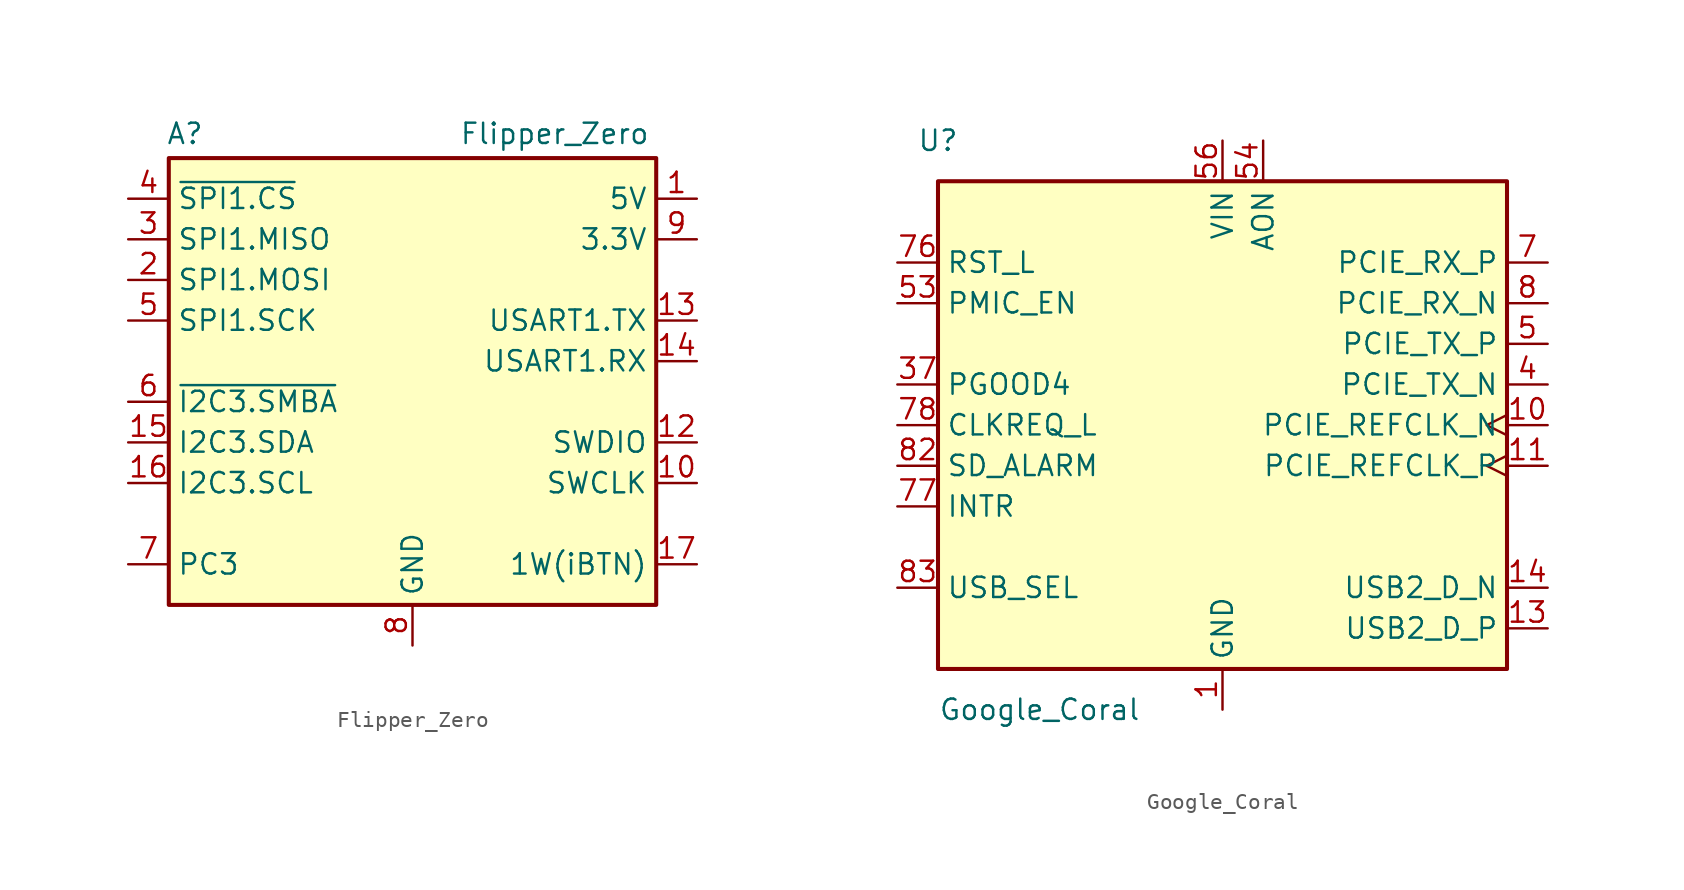
<source format=kicad_sym>
(kicad_symbol_lib
  (version 20241209)
  (generator "kicad_symbol_editor")
  (generator_version "9.0")
  (symbol "Flipper_Zero"
    (property "Reference" "A"
      (at -14.224 16.764 0)
      (effects (font (size 1.27 1.27))))
    (property "Value" "Flipper_Zero"
      (at 8.89 16.764 0)
      (effects (font (size 1.27 1.27))))
    (symbol "Flipper_Zero_0_0"
      (pin power_out line (at 17.78 12.7 180) (length 2.54) (name "5V" (effects (font (size 1.27 1.27)))) (number "1" (effects (font (size 1.27 1.27)))))
      (pin power_out line (at 17.78 10.16 180) (length 2.54) (name "3.3V" (effects (font (size 1.27 1.27)))) (number "9" (effects (font (size 1.27 1.27))))))
    (symbol "Flipper_Zero_1_0"
      (pin bidirectional line (at -17.78 12.7 0) (length 2.54) (name "~{SPI1.CS}" (effects (font (size 1.27 1.27)))) (number "4" (effects (font (size 1.27 1.27)))) (alternate "ADC1.9" input line) (alternate "COMP1.IN-" input line) (alternate "COMP2.IN-" input line) (alternate "EXTI.4" input line) (alternate "LPTIM2.OUT" output line) (alternate "PA4" bidirectional line))
      (pin bidirectional line (at -17.78 10.16 0) (length 2.54) (name "SPI1.MISO" (effects (font (size 1.27 1.27)))) (number "3" (effects (font (size 1.27 1.27)))) (alternate "ADC1.11" input line) (alternate "EXTI.6" input line) (alternate "LPUART1.CTS" input line) (alternate "PA6" bidirectional line) (alternate "TIM1.BKIN" input line) (alternate "TIM16.1" bidirectional line))
      (pin bidirectional line (at -17.78 7.62 0) (length 2.54) (name "SPI1.MOSI" (effects (font (size 1.27 1.27)))) (number "2" (effects (font (size 1.27 1.27)))) (alternate "ADC1.12" input line) (alternate "COMP2.OUT" output line) (alternate "EXTI.7" input line) (alternate "I2C3.SCL" bidirectional line) (alternate "PA7" bidirectional line) (alternate "TIM1.1N" output line) (alternate "TIM17.1" bidirectional line))
      (pin bidirectional line (at -17.78 5.08 0) (length 2.54) (name "SPI1.SCK" (effects (font (size 1.27 1.27)))) (number "5" (effects (font (size 1.27 1.27)))) (alternate "COMP2.IN-" input line) (alternate "EXTI.3" input line) (alternate "PB3" bidirectional line) (alternate "SWO" output line) (alternate "TIM2.2" bidirectional line) (alternate "USART1.DE/RTS" output line))
      (pin open_collector line (at -17.78 0 0) (length 2.54) (name "~{I2C3.SMBA}" (effects (font (size 1.27 1.27)))) (number "6" (effects (font (size 1.27 1.27)))) (alternate "COMP1.IN+" input line) (alternate "EXTI.2" input line) (alternate "LPTIM1.OUT" output line) (alternate "PB2" bidirectional line) (alternate "~{SPI1.CS}" bidirectional line))
      (pin bidirectional line (at -17.78 -2.54 0) (length 2.54) (name "I2C3.SDA" (effects (font (size 1.27 1.27)))) (number "15" (effects (font (size 1.27 1.27)))) (alternate "ADC1.2" input line) (alternate "EXTI.1" input line) (alternate "LPTIM1.OUT" output line) (alternate "LPUART1.TX" output line) (alternate "PC1" bidirectional line))
      (pin bidirectional line (at -17.78 -5.08 0) (length 2.54) (name "I2C3.SCL" (effects (font (size 1.27 1.27)))) (number "16" (effects (font (size 1.27 1.27)))) (alternate "ADC1.1" bidirectional line) (alternate "EXTI.0" input line) (alternate "LPTIM1.IN1" input line) (alternate "LPTIM2.IN1" input line) (alternate "LPUART1.RX" input line) (alternate "PC0" bidirectional line))
      (pin bidirectional line (at -17.78 -10.16 0) (length 2.54) (name "PC3" (effects (font (size 1.27 1.27)))) (number "7" (effects (font (size 1.27 1.27)))) (alternate "ADC1.4" input line) (alternate "EXTI.3" input line) (alternate "LPTIM1.ETR" input line) (alternate "LPTIM2.ETR" input line))
      (pin passive line (at 0 -15.24 90) (length 2.54) (hide yes) (name "GND" (effects (font (size 1.27 1.27)))) (number "11" (effects (font (size 1.27 1.27)))))
      (pin passive line (at 0 -15.24 90) (length 2.54) (hide yes) (name "GND" (effects (font (size 1.27 1.27)))) (number "18" (effects (font (size 1.27 1.27)))))
      (pin power_in line (at 0 -15.24 90) (length 2.54) (name "GND" (effects (font (size 1.27 1.27)))) (number "8" (effects (font (size 1.27 1.27)))))
      (pin output line (at 17.78 5.08 180) (length 2.54) (name "USART1.TX" (effects (font (size 1.27 1.27)))) (number "13" (effects (font (size 1.27 1.27)))) (alternate "COMP2.IN+" input line) (alternate "EXTI.6" input line) (alternate "LPTIM1.ETR" input line) (alternate "MCO" output line) (alternate "PB6" bidirectional line))
      (pin input line (at 17.78 2.54 180) (length 2.54) (name "USART1.RX" (effects (font (size 1.27 1.27)))) (number "14" (effects (font (size 1.27 1.27)))) (alternate "COMP2.IN-" input line) (alternate "EXTI.7" input line) (alternate "LPTIM1.IN2" input line) (alternate "PB7" bidirectional line) (alternate "TIM1.BKIN" input line))
      (pin bidirectional line (at 17.78 -2.54 180) (length 2.54) (name "SWDIO" (effects (font (size 1.27 1.27)))) (number "12" (effects (font (size 1.27 1.27)))) (alternate "EXTI.13" input line) (alternate "PA13" bidirectional line))
      (pin output line (at 17.78 -5.08 180) (length 2.54) (name "SWCLK" (effects (font (size 1.27 1.27)))) (number "10" (effects (font (size 1.27 1.27)))) (alternate "EXTI.14" input line) (alternate "LPTIM1.OUT" output line) (alternate "PA14" bidirectional line))
      (pin bidirectional line (at 17.78 -10.16 180) (length 2.54) (name "1W(iBTN)" (effects (font (size 1.27 1.27)))) (number "17" (effects (font (size 1.27 1.27)))) (alternate "EXTI.14" input line) (alternate "I2C3.SDA" bidirectional line) (alternate "PB14" bidirectional line) (alternate "TIM1.2N" output line)))
    (symbol "Flipper_Zero_1_1"
      (rectangle (start -15.24 15.24) (end 15.24 -12.7) (stroke (width 0.254) (type default)) (fill (type background)))))
  (symbol "Google_Coral"
    (property "Reference" "U"
      (at -17.78 17.78 0)
      (effects (font (size 1.27 1.27))))
    (property "Value" "Google_Coral"
      (at -11.43 -17.78 0)
      (effects (font (size 1.27 1.27))))
    (symbol "Google_Coral_0_0"
      (rectangle (start -17.78 15.24) (end 17.78 -15.24) (stroke (width 0.254) (type default)) (fill (type background)))
      (pin input line (at -20.32 10.16 0) (length 2.54) (name "RST_L" (effects (font (size 1.27 1.27)))) (number "76" (effects (font (size 1.27 1.27)))))
      (pin input line (at -20.32 7.62 0) (length 2.54) (name "PMIC_EN" (effects (font (size 1.27 1.27)))) (number "53" (effects (font (size 1.27 1.27)))))
      (pin output line (at -20.32 2.54 0) (length 2.54) (name "PGOOD4" (effects (font (size 1.27 1.27)))) (number "37" (effects (font (size 1.27 1.27)))))
      (pin bidirectional line (at -20.32 0 0) (length 2.54) (name "CLKREQ_L" (effects (font (size 1.27 1.27)))) (number "78" (effects (font (size 1.27 1.27)))))
      (pin output line (at -20.32 -2.54 0) (length 2.54) (name "SD_ALARM" (effects (font (size 1.27 1.27)))) (number "82" (effects (font (size 1.27 1.27)))))
      (pin output line (at -20.32 -5.08 0) (length 2.54) (name "INTR" (effects (font (size 1.27 1.27)))) (number "77" (effects (font (size 1.27 1.27)))))
      (pin input line (at -20.32 -10.16 0) (length 2.54) (name "USB_SEL" (effects (font (size 1.27 1.27)))) (number "83" (effects (font (size 1.27 1.27)))))
      (pin power_in line (at 0 17.78 270) (length 2.54) (name "VIN" (effects (font (size 1.27 1.27)))) (number "56" (effects (font (size 1.27 1.27)))))
      (pin power_in line (at 0 -17.78 90) (length 2.54) (name "GND" (effects (font (size 1.27 1.27)))) (number "1" (effects (font (size 1.27 1.27)))))
      (pin power_in line (at 2.54 17.78 270) (length 2.54) (name "AON" (effects (font (size 1.27 1.27)))) (number "54" (effects (font (size 1.27 1.27)))))
      (pin input clock (at 20.32 0 180) (length 2.54) (name "PCIE_REFCLK_N" (effects (font (size 1.27 1.27)))) (number "10" (effects (font (size 1.27 1.27)))))
      (pin input clock (at 20.32 -2.54 180) (length 2.54) (name "PCIE_REFCLK_P" (effects (font (size 1.27 1.27)))) (number "11" (effects (font (size 1.27 1.27)))))
      (pin bidirectional line (at 20.32 -10.16 180) (length 2.54) (name "USB2_D_N" (effects (font (size 1.27 1.27)))) (number "14" (effects (font (size 1.27 1.27)))))
      (pin bidirectional line (at 20.32 -12.7 180) (length 2.54) (name "USB2_D_P" (effects (font (size 1.27 1.27)))) (number "13" (effects (font (size 1.27 1.27))))))
    (symbol "Google_Coral_1_0"
      (pin no_connect line (at -7.62 -15.24 90) (length 2.54) (hide yes) (name "RESERVED" (effects (font (size 1.27 1.27)))) (number "52" (effects (font (size 1.27 1.27)))))
      (pin no_connect line (at -2.54 -15.24 90) (length 2.54) (hide yes) (name "RESERVED" (effects (font (size 1.27 1.27)))) (number "49" (effects (font (size 1.27 1.27)))))
      (pin no_connect line (at -2.54 -15.24 90) (length 2.54) (hide yes) (name "RESERVED" (effects (font (size 1.27 1.27)))) (number "50" (effects (font (size 1.27 1.27)))))
      (pin passive line (at 0 17.78 270) (length 2.54) (hide yes) (name "VIN" (effects (font (size 1.27 1.27)))) (number "57" (effects (font (size 1.27 1.27)))))
      (pin passive line (at 0 17.78 270) (length 2.54) (hide yes) (name "VIN" (effects (font (size 1.27 1.27)))) (number "58" (effects (font (size 1.27 1.27)))))
      (pin passive line (at 0 17.78 270) (length 2.54) (hide yes) (name "VIN" (effects (font (size 1.27 1.27)))) (number "59" (effects (font (size 1.27 1.27)))))
      (pin passive line (at 0 17.78 270) (length 2.54) (hide yes) (name "VIN" (effects (font (size 1.27 1.27)))) (number "60" (effects (font (size 1.27 1.27)))))
      (pin passive line (at 0 17.78 270) (length 2.54) (hide yes) (name "VIN" (effects (font (size 1.27 1.27)))) (number "61" (effects (font (size 1.27 1.27)))))
      (pin passive line (at 0 17.78 270) (length 2.54) (hide yes) (name "VIN" (effects (font (size 1.27 1.27)))) (number "62" (effects (font (size 1.27 1.27)))))
      (pin passive line (at 0 17.78 270) (length 2.54) (hide yes) (name "VIN" (effects (font (size 1.27 1.27)))) (number "63" (effects (font (size 1.27 1.27)))))
      (pin passive line (at 0 17.78 270) (length 2.54) (hide yes) (name "VIN" (effects (font (size 1.27 1.27)))) (number "64" (effects (font (size 1.27 1.27)))))
      (pin passive line (at 0 17.78 270) (length 2.54) (hide yes) (name "VIN" (effects (font (size 1.27 1.27)))) (number "65" (effects (font (size 1.27 1.27)))))
      (pin passive line (at 0 17.78 270) (length 2.54) (hide yes) (name "VIN" (effects (font (size 1.27 1.27)))) (number "66" (effects (font (size 1.27 1.27)))))
      (pin passive line (at 0 17.78 270) (length 2.54) (hide yes) (name "VIN" (effects (font (size 1.27 1.27)))) (number "67" (effects (font (size 1.27 1.27)))))
      (pin passive line (at 0 -17.78 90) (length 2.54) (hide yes) (name "GND" (effects (font (size 1.27 1.27)))) (number "100" (effects (font (size 1.27 1.27)))))
      (pin passive line (at 0 -17.78 90) (length 2.54) (hide yes) (name "GND" (effects (font (size 1.27 1.27)))) (number "101" (effects (font (size 1.27 1.27)))))
      (pin passive line (at 0 -17.78 90) (length 2.54) (hide yes) (name "GND" (effects (font (size 1.27 1.27)))) (number "102" (effects (font (size 1.27 1.27)))))
      (pin passive line (at 0 -17.78 90) (length 2.54) (hide yes) (name "GND" (effects (font (size 1.27 1.27)))) (number "103" (effects (font (size 1.27 1.27)))))
      (pin passive line (at 0 -17.78 90) (length 2.54) (hide yes) (name "GND" (effects (font (size 1.27 1.27)))) (number "104" (effects (font (size 1.27 1.27)))))
      (pin passive line (at 0 -17.78 90) (length 2.54) (hide yes) (name "GND" (effects (font (size 1.27 1.27)))) (number "105" (effects (font (size 1.27 1.27)))))
      (pin passive line (at 0 -17.78 90) (length 2.54) (hide yes) (name "GND" (effects (font (size 1.27 1.27)))) (number "106" (effects (font (size 1.27 1.27)))))
      (pin passive line (at 0 -17.78 90) (length 2.54) (hide yes) (name "GND" (effects (font (size 1.27 1.27)))) (number "107" (effects (font (size 1.27 1.27)))))
      (pin passive line (at 0 -17.78 90) (length 2.54) (hide yes) (name "GND" (effects (font (size 1.27 1.27)))) (number "108" (effects (font (size 1.27 1.27)))))
      (pin passive line (at 0 -17.78 90) (length 2.54) (hide yes) (name "GND" (effects (font (size 1.27 1.27)))) (number "109" (effects (font (size 1.27 1.27)))))
      (pin passive line (at 0 -17.78 90) (length 2.54) (hide yes) (name "GND" (effects (font (size 1.27 1.27)))) (number "110" (effects (font (size 1.27 1.27)))))
      (pin passive line (at 0 -17.78 90) (length 2.54) (hide yes) (name "GND" (effects (font (size 1.27 1.27)))) (number "111" (effects (font (size 1.27 1.27)))))
      (pin passive line (at 0 -17.78 90) (length 2.54) (hide yes) (name "GND" (effects (font (size 1.27 1.27)))) (number "112" (effects (font (size 1.27 1.27)))))
      (pin passive line (at 0 -17.78 90) (length 2.54) (hide yes) (name "GND" (effects (font (size 1.27 1.27)))) (number "113" (effects (font (size 1.27 1.27)))))
      (pin passive line (at 0 -17.78 90) (length 2.54) (hide yes) (name "GND" (effects (font (size 1.27 1.27)))) (number "114" (effects (font (size 1.27 1.27)))))
      (pin passive line (at 0 -17.78 90) (length 2.54) (hide yes) (name "GND" (effects (font (size 1.27 1.27)))) (number "115" (effects (font (size 1.27 1.27)))))
      (pin passive line (at 0 -17.78 90) (length 2.54) (hide yes) (name "GND" (effects (font (size 1.27 1.27)))) (number "116" (effects (font (size 1.27 1.27)))))
      (pin passive line (at 0 -17.78 90) (length 2.54) (hide yes) (name "GND" (effects (font (size 1.27 1.27)))) (number "117" (effects (font (size 1.27 1.27)))))
      (pin passive line (at 0 -17.78 90) (length 2.54) (hide yes) (name "GND" (effects (font (size 1.27 1.27)))) (number "118" (effects (font (size 1.27 1.27)))))
      (pin passive line (at 0 -17.78 90) (length 2.54) (hide yes) (name "GND" (effects (font (size 1.27 1.27)))) (number "119" (effects (font (size 1.27 1.27)))))
      (pin passive line (at 0 -17.78 90) (length 2.54) (hide yes) (name "GND" (effects (font (size 1.27 1.27)))) (number "12" (effects (font (size 1.27 1.27)))))
      (pin passive line (at 0 -17.78 90) (length 2.54) (hide yes) (name "GND" (effects (font (size 1.27 1.27)))) (number "120" (effects (font (size 1.27 1.27)))))
      (pin passive line (at 0 -17.78 90) (length 2.54) (hide yes) (name "GND" (effects (font (size 1.27 1.27)))) (number "15" (effects (font (size 1.27 1.27)))))
      (pin passive line (at 0 -17.78 90) (length 2.54) (hide yes) (name "GND" (effects (font (size 1.27 1.27)))) (number "16" (effects (font (size 1.27 1.27)))))
      (pin passive line (at 0 -17.78 90) (length 2.54) (hide yes) (name "GND" (effects (font (size 1.27 1.27)))) (number "17" (effects (font (size 1.27 1.27)))))
      (pin passive line (at 0 -17.78 90) (length 2.54) (hide yes) (name "GND" (effects (font (size 1.27 1.27)))) (number "18" (effects (font (size 1.27 1.27)))))
      (pin passive line (at 0 -17.78 90) (length 2.54) (hide yes) (name "GND" (effects (font (size 1.27 1.27)))) (number "19" (effects (font (size 1.27 1.27)))))
      (pin passive line (at 0 -17.78 90) (length 2.54) (hide yes) (name "GND" (effects (font (size 1.27 1.27)))) (number "2" (effects (font (size 1.27 1.27)))))
      (pin passive line (at 0 -17.78 90) (length 2.54) (hide yes) (name "GND" (effects (font (size 1.27 1.27)))) (number "20" (effects (font (size 1.27 1.27)))))
      (pin passive line (at 0 -17.78 90) (length 2.54) (hide yes) (name "GND" (effects (font (size 1.27 1.27)))) (number "21" (effects (font (size 1.27 1.27)))))
      (pin passive line (at 0 -17.78 90) (length 2.54) (hide yes) (name "GND" (effects (font (size 1.27 1.27)))) (number "22" (effects (font (size 1.27 1.27)))))
      (pin passive line (at 0 -17.78 90) (length 2.54) (hide yes) (name "GND" (effects (font (size 1.27 1.27)))) (number "23" (effects (font (size 1.27 1.27)))))
      (pin passive line (at 0 -17.78 90) (length 2.54) (hide yes) (name "GND" (effects (font (size 1.27 1.27)))) (number "24" (effects (font (size 1.27 1.27)))))
      (pin passive line (at 0 -17.78 90) (length 2.54) (hide yes) (name "GND" (effects (font (size 1.27 1.27)))) (number "25" (effects (font (size 1.27 1.27)))))
      (pin passive line (at 0 -17.78 90) (length 2.54) (hide yes) (name "GND" (effects (font (size 1.27 1.27)))) (number "26" (effects (font (size 1.27 1.27)))))
      (pin passive line (at 0 -17.78 90) (length 2.54) (hide yes) (name "GND" (effects (font (size 1.27 1.27)))) (number "27" (effects (font (size 1.27 1.27)))))
      (pin passive line (at 0 -17.78 90) (length 2.54) (hide yes) (name "GND" (effects (font (size 1.27 1.27)))) (number "28" (effects (font (size 1.27 1.27)))))
      (pin passive line (at 0 -17.78 90) (length 2.54) (hide yes) (name "GND" (effects (font (size 1.27 1.27)))) (number "29" (effects (font (size 1.27 1.27)))))
      (pin passive line (at 0 -17.78 90) (length 2.54) (hide yes) (name "GND" (effects (font (size 1.27 1.27)))) (number "3" (effects (font (size 1.27 1.27)))))
      (pin passive line (at 0 -17.78 90) (length 2.54) (hide yes) (name "GND" (effects (font (size 1.27 1.27)))) (number "30" (effects (font (size 1.27 1.27)))))
      (pin passive line (at 0 -17.78 90) (length 2.54) (hide yes) (name "GND" (effects (font (size 1.27 1.27)))) (number "31" (effects (font (size 1.27 1.27)))))
      (pin passive line (at 0 -17.78 90) (length 2.54) (hide yes) (name "GND" (effects (font (size 1.27 1.27)))) (number "32" (effects (font (size 1.27 1.27)))))
      (pin passive line (at 0 -17.78 90) (length 2.54) (hide yes) (name "GND" (effects (font (size 1.27 1.27)))) (number "33" (effects (font (size 1.27 1.27)))))
      (pin passive line (at 0 -17.78 90) (length 2.54) (hide yes) (name "GND" (effects (font (size 1.27 1.27)))) (number "34" (effects (font (size 1.27 1.27)))))
      (pin passive line (at 0 -17.78 90) (length 2.54) (hide yes) (name "GND" (effects (font (size 1.27 1.27)))) (number "35" (effects (font (size 1.27 1.27)))))
      (pin passive line (at 0 -17.78 90) (length 2.54) (hide yes) (name "GND" (effects (font (size 1.27 1.27)))) (number "36" (effects (font (size 1.27 1.27)))))
      (pin passive line (at 0 -17.78 90) (length 2.54) (hide yes) (name "GND" (effects (font (size 1.27 1.27)))) (number "38" (effects (font (size 1.27 1.27)))))
      (pin passive line (at 0 -17.78 90) (length 2.54) (hide yes) (name "GND" (effects (font (size 1.27 1.27)))) (number "39" (effects (font (size 1.27 1.27)))))
      (pin passive line (at 0 -17.78 90) (length 2.54) (hide yes) (name "GND" (effects (font (size 1.27 1.27)))) (number "40" (effects (font (size 1.27 1.27)))))
      (pin passive line (at 0 -17.78 90) (length 2.54) (hide yes) (name "GND" (effects (font (size 1.27 1.27)))) (number "41" (effects (font (size 1.27 1.27)))))
      (pin passive line (at 0 -17.78 90) (length 2.54) (hide yes) (name "GND" (effects (font (size 1.27 1.27)))) (number "42" (effects (font (size 1.27 1.27)))))
      (pin passive line (at 0 -17.78 90) (length 2.54) (hide yes) (name "GND" (effects (font (size 1.27 1.27)))) (number "43" (effects (font (size 1.27 1.27)))))
      (pin passive line (at 0 -17.78 90) (length 2.54) (hide yes) (name "GND" (effects (font (size 1.27 1.27)))) (number "44" (effects (font (size 1.27 1.27)))))
      (pin passive line (at 0 -17.78 90) (length 2.54) (hide yes) (name "GND" (effects (font (size 1.27 1.27)))) (number "45" (effects (font (size 1.27 1.27)))))
      (pin passive line (at 0 -17.78 90) (length 2.54) (hide yes) (name "GND" (effects (font (size 1.27 1.27)))) (number "46" (effects (font (size 1.27 1.27)))))
      (pin passive line (at 0 -17.78 90) (length 2.54) (hide yes) (name "GND" (effects (font (size 1.27 1.27)))) (number "47" (effects (font (size 1.27 1.27)))))
      (pin passive line (at 0 -17.78 90) (length 2.54) (hide yes) (name "GND" (effects (font (size 1.27 1.27)))) (number "48" (effects (font (size 1.27 1.27)))))
      (pin passive line (at 0 -17.78 90) (length 2.54) (hide yes) (name "GND" (effects (font (size 1.27 1.27)))) (number "51" (effects (font (size 1.27 1.27)))))
      (pin passive line (at 0 -17.78 90) (length 2.54) (hide yes) (name "GND" (effects (font (size 1.27 1.27)))) (number "55" (effects (font (size 1.27 1.27)))))
      (pin passive line (at 0 -17.78 90) (length 2.54) (hide yes) (name "GND" (effects (font (size 1.27 1.27)))) (number "6" (effects (font (size 1.27 1.27)))))
      (pin passive line (at 0 -17.78 90) (length 2.54) (hide yes) (name "GND" (effects (font (size 1.27 1.27)))) (number "68" (effects (font (size 1.27 1.27)))))
      (pin passive line (at 0 -17.78 90) (length 2.54) (hide yes) (name "GND" (effects (font (size 1.27 1.27)))) (number "69" (effects (font (size 1.27 1.27)))))
      (pin passive line (at 0 -17.78 90) (length 2.54) (hide yes) (name "GND" (effects (font (size 1.27 1.27)))) (number "70" (effects (font (size 1.27 1.27)))))
      (pin passive line (at 0 -17.78 90) (length 2.54) (hide yes) (name "GND" (effects (font (size 1.27 1.27)))) (number "71" (effects (font (size 1.27 1.27)))))
      (pin passive line (at 0 -17.78 90) (length 2.54) (hide yes) (name "GND" (effects (font (size 1.27 1.27)))) (number "72" (effects (font (size 1.27 1.27)))))
      (pin passive line (at 0 -17.78 90) (length 2.54) (hide yes) (name "GND" (effects (font (size 1.27 1.27)))) (number "73" (effects (font (size 1.27 1.27)))))
      (pin passive line (at 0 -17.78 90) (length 2.54) (hide yes) (name "GND" (effects (font (size 1.27 1.27)))) (number "74" (effects (font (size 1.27 1.27)))))
      (pin passive line (at 0 -17.78 90) (length 2.54) (hide yes) (name "GND" (effects (font (size 1.27 1.27)))) (number "75" (effects (font (size 1.27 1.27)))))
      (pin passive line (at 0 -17.78 90) (length 2.54) (hide yes) (name "GND" (effects (font (size 1.27 1.27)))) (number "79" (effects (font (size 1.27 1.27)))))
      (pin passive line (at 0 -17.78 90) (length 2.54) (hide yes) (name "GND" (effects (font (size 1.27 1.27)))) (number "80" (effects (font (size 1.27 1.27)))))
      (pin passive line (at 0 -17.78 90) (length 2.54) (hide yes) (name "GND" (effects (font (size 1.27 1.27)))) (number "81" (effects (font (size 1.27 1.27)))))
      (pin passive line (at 0 -17.78 90) (length 2.54) (hide yes) (name "GND" (effects (font (size 1.27 1.27)))) (number "86" (effects (font (size 1.27 1.27)))))
      (pin passive line (at 0 -17.78 90) (length 2.54) (hide yes) (name "GND" (effects (font (size 1.27 1.27)))) (number "87" (effects (font (size 1.27 1.27)))))
      (pin passive line (at 0 -17.78 90) (length 2.54) (hide yes) (name "GND" (effects (font (size 1.27 1.27)))) (number "88" (effects (font (size 1.27 1.27)))))
      (pin passive line (at 0 -17.78 90) (length 2.54) (hide yes) (name "GND" (effects (font (size 1.27 1.27)))) (number "89" (effects (font (size 1.27 1.27)))))
      (pin passive line (at 0 -17.78 90) (length 2.54) (hide yes) (name "GND" (effects (font (size 1.27 1.27)))) (number "9" (effects (font (size 1.27 1.27)))))
      (pin passive line (at 0 -17.78 90) (length 2.54) (hide yes) (name "GND" (effects (font (size 1.27 1.27)))) (number "90" (effects (font (size 1.27 1.27)))))
      (pin passive line (at 0 -17.78 90) (length 2.54) (hide yes) (name "GND" (effects (font (size 1.27 1.27)))) (number "91" (effects (font (size 1.27 1.27)))))
      (pin passive line (at 0 -17.78 90) (length 2.54) (hide yes) (name "GND" (effects (font (size 1.27 1.27)))) (number "92" (effects (font (size 1.27 1.27)))))
      (pin passive line (at 0 -17.78 90) (length 2.54) (hide yes) (name "GND" (effects (font (size 1.27 1.27)))) (number "93" (effects (font (size 1.27 1.27)))))
      (pin passive line (at 0 -17.78 90) (length 2.54) (hide yes) (name "GND" (effects (font (size 1.27 1.27)))) (number "94" (effects (font (size 1.27 1.27)))))
      (pin passive line (at 0 -17.78 90) (length 2.54) (hide yes) (name "GND" (effects (font (size 1.27 1.27)))) (number "95" (effects (font (size 1.27 1.27)))))
      (pin passive line (at 0 -17.78 90) (length 2.54) (hide yes) (name "GND" (effects (font (size 1.27 1.27)))) (number "96" (effects (font (size 1.27 1.27)))))
      (pin passive line (at 0 -17.78 90) (length 2.54) (hide yes) (name "GND" (effects (font (size 1.27 1.27)))) (number "97" (effects (font (size 1.27 1.27)))))
      (pin passive line (at 0 -17.78 90) (length 2.54) (hide yes) (name "GND" (effects (font (size 1.27 1.27)))) (number "98" (effects (font (size 1.27 1.27)))))
      (pin passive line (at 0 -17.78 90) (length 2.54) (hide yes) (name "GND" (effects (font (size 1.27 1.27)))) (number "99" (effects (font (size 1.27 1.27)))))
      (pin no_connect line (at 2.54 -15.24 90) (length 2.54) (hide yes) (name "RESERVED" (effects (font (size 1.27 1.27)))) (number "84" (effects (font (size 1.27 1.27)))))
      (pin no_connect line (at 2.54 -15.24 90) (length 2.54) (hide yes) (name "RESERVED" (effects (font (size 1.27 1.27)))) (number "85" (effects (font (size 1.27 1.27)))))
      (pin input line (at 20.32 10.16 180) (length 2.54) (name "PCIE_RX_P" (effects (font (size 1.27 1.27)))) (number "7" (effects (font (size 1.27 1.27)))))
      (pin input line (at 20.32 7.62 180) (length 2.54) (name "PCIE_RX_N" (effects (font (size 1.27 1.27)))) (number "8" (effects (font (size 1.27 1.27)))))
      (pin output line (at 20.32 5.08 180) (length 2.54) (name "PCIE_TX_P" (effects (font (size 1.27 1.27)))) (number "5" (effects (font (size 1.27 1.27)))))
      (pin output line (at 20.32 2.54 180) (length 2.54) (name "PCIE_TX_N" (effects (font (size 1.27 1.27)))) (number "4" (effects (font (size 1.27 1.27))))))))
</source>
